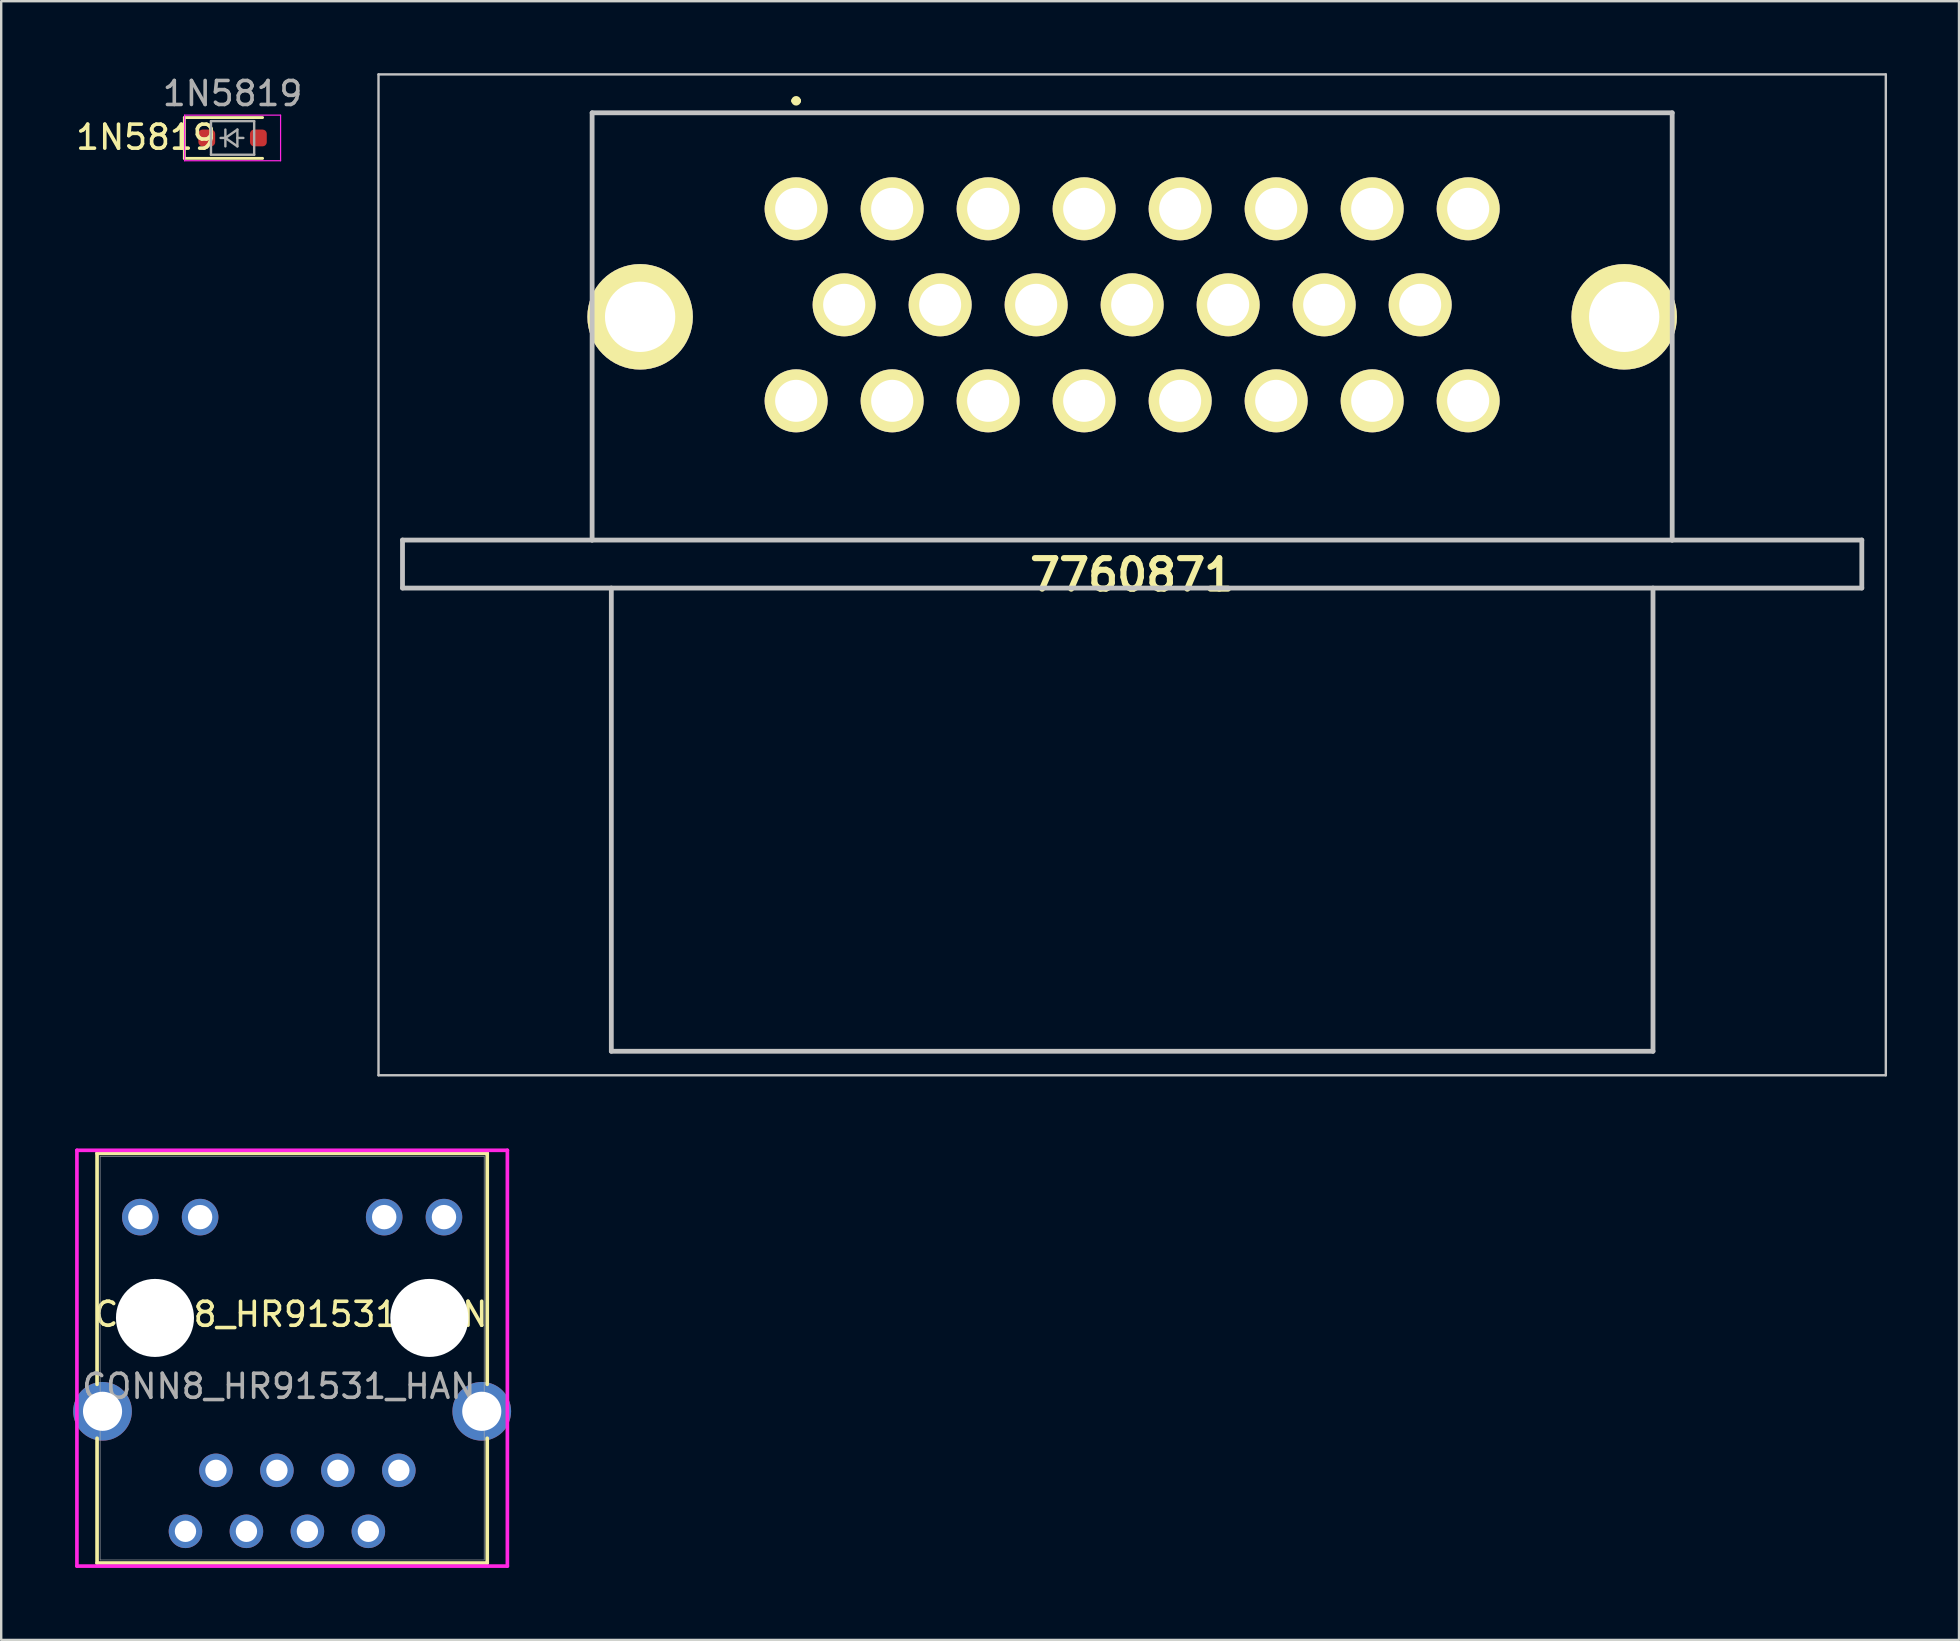
<source format=kicad_pcb>
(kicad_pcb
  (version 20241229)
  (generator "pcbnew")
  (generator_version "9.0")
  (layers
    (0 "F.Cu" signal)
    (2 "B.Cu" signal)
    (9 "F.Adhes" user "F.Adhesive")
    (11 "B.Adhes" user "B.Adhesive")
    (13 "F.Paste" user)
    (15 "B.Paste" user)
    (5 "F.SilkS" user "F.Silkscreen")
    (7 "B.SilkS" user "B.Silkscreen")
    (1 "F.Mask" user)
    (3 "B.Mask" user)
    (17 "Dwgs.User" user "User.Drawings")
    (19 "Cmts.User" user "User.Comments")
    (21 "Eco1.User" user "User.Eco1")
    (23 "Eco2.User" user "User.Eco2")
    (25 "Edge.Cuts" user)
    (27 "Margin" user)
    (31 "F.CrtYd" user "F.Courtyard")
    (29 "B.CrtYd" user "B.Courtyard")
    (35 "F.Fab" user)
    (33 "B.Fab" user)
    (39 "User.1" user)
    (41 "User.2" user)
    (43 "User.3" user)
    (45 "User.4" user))
  (footprint "7760871"
    (layer "F.Cu")
    (at 30.12 5.65)
    (property "Reference" "7760871" (at 14 15.25 0) (layer "F.SilkS") (effects (font (size 1.27 1.27) (thickness 0.254))))
    (attr through_hole)
    (fp_line (start -8.5 -4) (end -8.5 0.5) (stroke (width 0.1) (type solid)) (layer "F.SilkS"))
    (fp_line (start -8.5 8.5) (end -8.5 13.8) (stroke (width 0.1) (type solid)) (layer "F.SilkS"))
    (fp_line (start -8.5 13.8) (end 36.5 13.8) (stroke (width 0.1) (type solid)) (layer "F.SilkS"))
    (fp_line (start -0.1 -4.5) (end -0.1 -4.5) (stroke (width 0.2) (type solid)) (layer "F.SilkS"))
    (fp_line (start 0.1 -4.5) (end 0.1 -4.5) (stroke (width 0.2) (type solid)) (layer "F.SilkS"))
    (fp_line (start 36.5 -4) (end -8.5 -4) (stroke (width 0.1) (type solid)) (layer "F.SilkS"))
    (fp_line (start 36.5 0.5) (end 36.5 -4) (stroke (width 0.1) (type solid)) (layer "F.SilkS"))
    (fp_line (start 36.5 13.8) (end 36.5 8.5) (stroke (width 0.1) (type solid)) (layer "F.SilkS"))
    (fp_arc (start -0.1 -4.5) (mid 0 -4.6) (end 0.1 -4.5) (stroke (width 0.2) (type solid)) (layer "F.SilkS"))
    (fp_arc (start 0.1 -4.5) (mid 0 -4.4) (end -0.1 -4.5) (stroke (width 0.2) (type solid)) (layer "F.SilkS"))
    (fp_line (start -17.4 -5.6) (end 45.4 -5.6) (stroke (width 0.1) (type solid)) (layer "Dwgs.User"))
    (fp_line (start -17.4 36.1) (end -17.4 -5.6) (stroke (width 0.1) (type solid)) (layer "Dwgs.User"))
    (fp_line (start -16.4 13.8) (end -16.4 15.8) (stroke (width 0.2) (type solid)) (layer "Dwgs.User"))
    (fp_line (start -16.4 15.8) (end 44.4 15.8) (stroke (width 0.2) (type solid)) (layer "Dwgs.User"))
    (fp_line (start -8.5 -4) (end 36.5 -4) (stroke (width 0.2) (type solid)) (layer "Dwgs.User"))
    (fp_line (start -8.5 13.8) (end -16.4 13.8) (stroke (width 0.2) (type solid)) (layer "Dwgs.User"))
    (fp_line (start -8.5 13.8) (end -8.5 -4) (stroke (width 0.2) (type solid)) (layer "Dwgs.User"))
    (fp_line (start -7.7 15.8) (end -7.7 35.1) (stroke (width 0.2) (type solid)) (layer "Dwgs.User"))
    (fp_line (start -7.7 35.1) (end 35.7 35.1) (stroke (width 0.2) (type solid)) (layer "Dwgs.User"))
    (fp_line (start 35.7 35.1) (end 35.7 15.8) (stroke (width 0.2) (type solid)) (layer "Dwgs.User"))
    (fp_line (start 36.5 -4) (end 36.5 13.8) (stroke (width 0.2) (type solid)) (layer "Dwgs.User"))
    (fp_line (start 36.5 13.8) (end -8.5 13.8) (stroke (width 0.2) (type solid)) (layer "Dwgs.User"))
    (fp_line (start 44.4 13.8) (end 36.5 13.8) (stroke (width 0.2) (type solid)) (layer "Dwgs.User"))
    (fp_line (start 44.4 15.8) (end 44.4 13.8) (stroke (width 0.2) (type solid)) (layer "Dwgs.User"))
    (fp_line (start 45.4 -5.6) (end 45.4 36.1) (stroke (width 0.1) (type solid)) (layer "Dwgs.User"))
    (fp_line (start 45.4 36.1) (end -17.4 36.1) (stroke (width 0.1) (type solid)) (layer "Dwgs.User"))
    (pad "1" thru_hole circle (at 0 0 90) (size 2.625 2.625) (drill 1.75) (layers "*.Cu" "*.Mask" "F.SilkS"))
    (pad "2" thru_hole circle (at 4 0 90) (size 2.625 2.625) (drill 1.75) (layers "*.Cu" "*.Mask" "F.SilkS"))
    (pad "3" thru_hole circle (at 8 0 90) (size 2.625 2.625) (drill 1.75) (layers "*.Cu" "*.Mask" "F.SilkS"))
    (pad "4" thru_hole circle (at 12 0 90) (size 2.625 2.625) (drill 1.75) (layers "*.Cu" "*.Mask" "F.SilkS"))
    (pad "5" thru_hole circle (at 16 0 90) (size 2.625 2.625) (drill 1.75) (layers "*.Cu" "*.Mask" "F.SilkS"))
    (pad "6" thru_hole circle (at 20 0 90) (size 2.625 2.625) (drill 1.75) (layers "*.Cu" "*.Mask" "F.SilkS"))
    (pad "7" thru_hole circle (at 24 0 90) (size 2.625 2.625) (drill 1.75) (layers "*.Cu" "*.Mask" "F.SilkS"))
    (pad "8" thru_hole circle (at 28 0 90) (size 2.625 2.625) (drill 1.75) (layers "*.Cu" "*.Mask" "F.SilkS"))
    (pad "9" thru_hole circle (at 2 4 90) (size 2.625 2.625) (drill 1.75) (layers "*.Cu" "*.Mask" "F.SilkS"))
    (pad "10" thru_hole circle (at 6 4 90) (size 2.625 2.625) (drill 1.75) (layers "*.Cu" "*.Mask" "F.SilkS"))
    (pad "11" thru_hole circle (at 10 4 90) (size 2.625 2.625) (drill 1.75) (layers "*.Cu" "*.Mask" "F.SilkS"))
    (pad "12" thru_hole circle (at 14 4 90) (size 2.625 2.625) (drill 1.75) (layers "*.Cu" "*.Mask" "F.SilkS"))
    (pad "13" thru_hole circle (at 18 4 90) (size 2.625 2.625) (drill 1.75) (layers "*.Cu" "*.Mask" "F.SilkS"))
    (pad "14" thru_hole circle (at 22 4 90) (size 2.625 2.625) (drill 1.75) (layers "*.Cu" "*.Mask" "F.SilkS"))
    (pad "15" thru_hole circle (at 26 4 90) (size 2.625 2.625) (drill 1.75) (layers "*.Cu" "*.Mask" "F.SilkS"))
    (pad "16" thru_hole circle (at 0 8 90) (size 2.625 2.625) (drill 1.75) (layers "*.Cu" "*.Mask" "F.SilkS"))
    (pad "17" thru_hole circle (at 4 8 90) (size 2.625 2.625) (drill 1.75) (layers "*.Cu" "*.Mask" "F.SilkS"))
    (pad "18" thru_hole circle (at 8 8 90) (size 2.625 2.625) (drill 1.75) (layers "*.Cu" "*.Mask" "F.SilkS"))
    (pad "19" thru_hole circle (at 12 8 90) (size 2.625 2.625) (drill 1.75) (layers "*.Cu" "*.Mask" "F.SilkS"))
    (pad "20" thru_hole circle (at 16 8 90) (size 2.625 2.625) (drill 1.75) (layers "*.Cu" "*.Mask" "F.SilkS"))
    (pad "21" thru_hole circle (at 20 8 90) (size 2.625 2.625) (drill 1.75) (layers "*.Cu" "*.Mask" "F.SilkS"))
    (pad "22" thru_hole circle (at 24 8 90) (size 2.625 2.625) (drill 1.75) (layers "*.Cu" "*.Mask" "F.SilkS"))
    (pad "23" thru_hole circle (at 28 8 90) (size 2.625 2.625) (drill 1.75) (layers "*.Cu" "*.Mask" "F.SilkS"))
    (pad "MH1" thru_hole circle (at -6.5 4.5 90) (size 4.395 4.395) (drill 2.93) (layers "*.Cu" "*.Mask" "F.SilkS"))
    (pad "MH2" thru_hole circle (at 34.5 4.5 90) (size 4.395 4.395) (drill 2.93) (layers "*.Cu" "*.Mask" "F.SilkS")))
  (footprint "CONN8_HR91531_HAN"
    (layer "F.Cu")
    (at 13.567 58.21)
    (property "Reference" "CONN8_HR91531_HAN" (at -4.5 -6.5 0) (unlocked yes) (layer "F.SilkS") (effects (font (size 1 1) (thickness 0.15))))
    (attr through_hole)
    (fp_line (start -12.573 -13.207) (end -12.573 -3.583) (stroke (width 0.152) (type solid)) (layer "F.SilkS"))
    (fp_line (start -12.573 -1.337) (end -12.573 3.862) (stroke (width 0.152) (type solid)) (layer "F.SilkS"))
    (fp_line (start -12.573 3.862) (end 3.683 3.862) (stroke (width 0.152) (type solid)) (layer "F.SilkS"))
    (fp_line (start 3.683 -13.207) (end -12.573 -13.207) (stroke (width 0.152) (type solid)) (layer "F.SilkS"))
    (fp_line (start 3.683 -3.583) (end 3.683 -13.207) (stroke (width 0.152) (type solid)) (layer "F.SilkS"))
    (fp_line (start 3.683 3.862) (end 3.683 -1.337) (stroke (width 0.152) (type solid)) (layer "F.SilkS"))
    (fp_line (start -13.412 -13.334) (end -13.412 3.989) (stroke (width 0.152) (type solid)) (layer "F.CrtYd"))
    (fp_line (start -13.412 3.989) (end 4.522 3.989) (stroke (width 0.152) (type solid)) (layer "F.CrtYd"))
    (fp_line (start 4.522 -13.334) (end -13.412 -13.334) (stroke (width 0.152) (type solid)) (layer "F.CrtYd"))
    (fp_line (start 4.522 3.989) (end 4.522 -13.334) (stroke (width 0.152) (type solid)) (layer "F.CrtYd"))
    (fp_line (start -12.446 -13.08) (end -12.446 3.735) (stroke (width 0.025) (type solid)) (layer "F.Fab"))
    (fp_line (start -12.446 3.735) (end 3.556 3.735) (stroke (width 0.025) (type solid)) (layer "F.Fab"))
    (fp_line (start 3.556 -13.08) (end -12.446 -13.08) (stroke (width 0.025) (type solid)) (layer "F.Fab"))
    (fp_line (start 3.556 3.735) (end 3.556 -13.08) (stroke (width 0.025) (type solid)) (layer "F.Fab"))
    (fp_text user "${REFERENCE}" (at -5 -3.5 0) (unlocked yes) (layer "F.Fab") (effects (font (size 1 1) (thickness 0.15))))
    (pad "" np_thru_hole circle (at -10.16 -6.35) (size 3.251 3.251) (drill 3.251) (layers "*.Cu" "*.Mask"))
    (pad "" np_thru_hole circle (at 1.27 -6.35) (size 3.251 3.251) (drill 3.251) (layers "*.Cu" "*.Mask"))
    (pad "1" thru_hole circle (at 0 0) (size 1.397 1.397) (drill 0.889) (layers "*.Cu" "*.Mask"))
    (pad "2" thru_hole circle (at -1.27 2.54) (size 1.397 1.397) (drill 0.889) (layers "*.Cu" "*.Mask"))
    (pad "3" thru_hole circle (at -2.54 0) (size 1.397 1.397) (drill 0.889) (layers "*.Cu" "*.Mask"))
    (pad "4" thru_hole circle (at -3.81 2.54) (size 1.397 1.397) (drill 0.889) (layers "*.Cu" "*.Mask"))
    (pad "5" thru_hole circle (at -5.08 0) (size 1.397 1.397) (drill 0.889) (layers "*.Cu" "*.Mask"))
    (pad "6" thru_hole circle (at -6.35 2.54) (size 1.397 1.397) (drill 0.889) (layers "*.Cu" "*.Mask"))
    (pad "7" thru_hole circle (at -7.62 0) (size 1.397 1.397) (drill 0.889) (layers "*.Cu" "*.Mask"))
    (pad "8" thru_hole circle (at -8.89 2.54) (size 1.397 1.397) (drill 0.889) (layers "*.Cu" "*.Mask"))
    (pad "9" thru_hole circle (at 1.88 -10.55) (size 1.524 1.524) (drill 1.016) (layers "*.Cu" "*.Mask"))
    (pad "10" thru_hole circle (at -0.61 -10.55) (size 1.524 1.524) (drill 1.016) (layers "*.Cu" "*.Mask"))
    (pad "11" thru_hole circle (at -8.28 -10.55) (size 1.524 1.524) (drill 1.016) (layers "*.Cu" "*.Mask"))
    (pad "12" thru_hole circle (at -10.77 -10.55) (size 1.524 1.524) (drill 1.016) (layers "*.Cu" "*.Mask"))
    (pad "13" thru_hole circle (at -12.345 -2.46) (size 2.445 2.445) (drill 1.63) (layers "*.Cu" "*.Mask"))
    (pad "14" thru_hole circle (at 3.455 -2.46) (size 2.445 2.445) (drill 1.63) (layers "*.Cu" "*.Mask")))
  (footprint "1N5819"
    (layer "F.Cu")
    (at 6.64 2.698)
    (property "Reference" "1N5819" (at -3.61 -0.03 0) (layer "F.SilkS") (effects (font (size 1 1) (thickness 0.15))))
    (attr smd)
    (fp_line (start -2.01 -0.85) (end -2.01 0.85) (stroke (width 0.12) (type solid)) (layer "F.SilkS"))
    (fp_line (start -2.01 -0.85) (end 1.25 -0.85) (stroke (width 0.12) (type solid)) (layer "F.SilkS"))
    (fp_line (start -2.01 0.85) (end 1.25 0.85) (stroke (width 0.12) (type solid)) (layer "F.SilkS"))
    (fp_line (start -2 -0.95) (end -2 0.95) (stroke (width 0.05) (type solid)) (layer "F.CrtYd"))
    (fp_line (start -2 -0.95) (end 2 -0.95) (stroke (width 0.05) (type solid)) (layer "F.CrtYd"))
    (fp_line (start -2 0.95) (end 2 0.95) (stroke (width 0.05) (type solid)) (layer "F.CrtYd"))
    (fp_line (start 2 -0.95) (end 2 0.95) (stroke (width 0.05) (type solid)) (layer "F.CrtYd"))
    (fp_line (start -0.9 -0.7) (end 0.9 -0.7) (stroke (width 0.1) (type solid)) (layer "F.Fab"))
    (fp_line (start -0.9 0.7) (end -0.9 -0.7) (stroke (width 0.1) (type solid)) (layer "F.Fab"))
    (fp_line (start -0.3 -0.35) (end -0.3 0.35) (stroke (width 0.1) (type solid)) (layer "F.Fab"))
    (fp_line (start -0.3 0) (end -0.5 0) (stroke (width 0.1) (type solid)) (layer "F.Fab"))
    (fp_line (start -0.3 0) (end 0.2 -0.35) (stroke (width 0.1) (type solid)) (layer "F.Fab"))
    (fp_line (start 0.2 -0.35) (end 0.2 0.35) (stroke (width 0.1) (type solid)) (layer "F.Fab"))
    (fp_line (start 0.2 0) (end 0.45 0) (stroke (width 0.1) (type solid)) (layer "F.Fab"))
    (fp_line (start 0.2 0.35) (end -0.3 0) (stroke (width 0.1) (type solid)) (layer "F.Fab"))
    (fp_line (start 0.9 -0.7) (end 0.9 0.7) (stroke (width 0.1) (type solid)) (layer "F.Fab"))
    (fp_line (start 0.9 0.7) (end -0.9 0.7) (stroke (width 0.1) (type solid)) (layer "F.Fab"))
    (fp_text user "${REFERENCE}" (at 0 -1.85 0) (layer "F.Fab") (effects (font (size 1 1) (thickness 0.15))))
    (pad "1" smd roundrect (at -1.075 0) (size 0.7 0.7) (layers "F.Cu" "F.Mask" "F.Paste") (roundrect_rratio 0.25))
    (pad "2" smd roundrect (at 1.075 0) (size 0.7 0.7) (layers "F.Cu" "F.Mask" "F.Paste") (roundrect_rratio 0.25)))
  (gr_rect
    (start -3 -3)
    (end 78.57 65.275)
    (stroke (width 0.1) (type default))
    (fill no)
    (layer "Edge.Cuts")))
</source>
